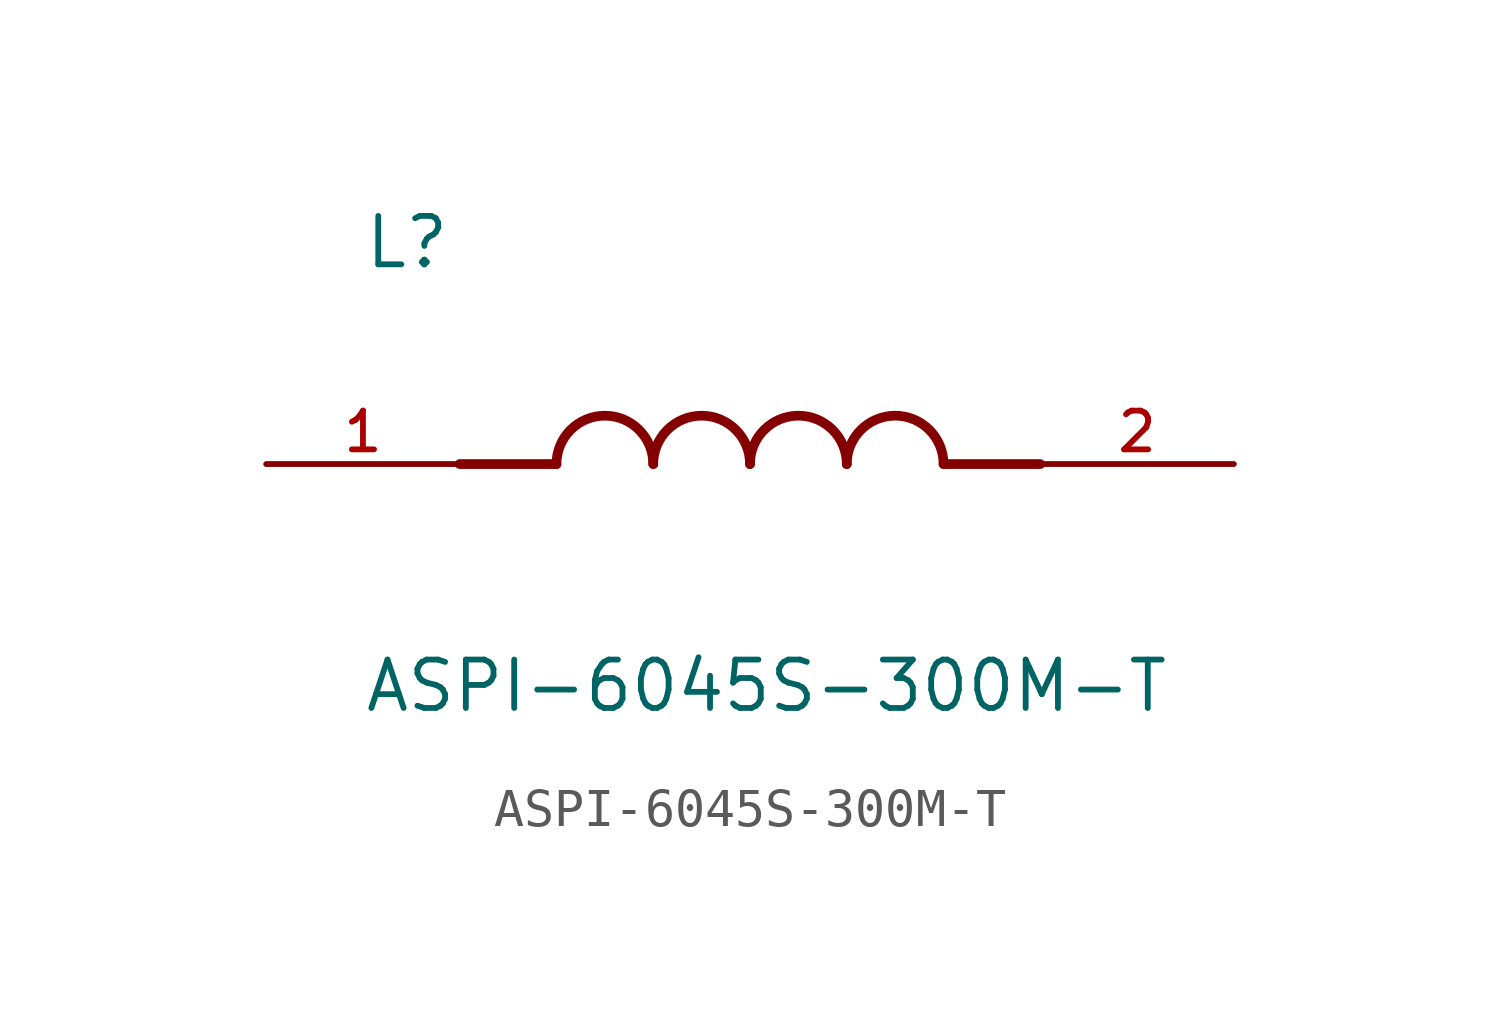
<source format=kicad_sym>
(kicad_symbol_lib
  (version 20211014)
  (generator kicad_symbol_editor)
  (symbol "ASPI-6045S-300M-T"
    (pin_names
      (offset 1.016))
    (property "Reference" "L"
      (at -10.16 5.08 0)
      (effects (font (size 1.27 1.27)) (justify bottom left)))
    (property "Value" "ASPI-6045S-300M-T"
      (at -10.16 -5.08 0)
      (effects (font (size 1.27 1.27)) (justify top left)))
    (symbol "ASPI-6045S-300M-T_0_0"
      (polyline (pts (xy -5.08 0.0) (xy -7.62 0.0)) (stroke (width 0.254)))
      (polyline (pts (xy 5.08 0.0) (xy 7.62 0.0)) (stroke (width 0.254)))
      (arc (start -2.54 0.0) (mid -3.81 1.27) (end -5.08 0.0) (stroke (width 0.254) (type default) (color 0 0 0 0)) (fill (type none)))
      (arc (start 0.0 0.0) (mid -1.27 1.27) (end -2.54 0.0) (stroke (width 0.254) (type default) (color 0 0 0 0)) (fill (type none)))
      (arc (start 2.54 0.0) (mid 1.27 1.27) (end 0.0 0.0) (stroke (width 0.254) (type default) (color 0 0 0 0)) (fill (type none)))
      (arc (start 5.08 0.0) (mid 3.81 1.27) (end 2.54 0.0) (stroke (width 0.254) (type default) (color 0 0 0 0)) (fill (type none)))
      (pin passive line (at -12.7 0.0 0) (length 5.08) (name "~" (effects (font (size 1.016 1.016)))) (number "1" (effects (font (size 1.016 1.016)))))
      (pin passive line (at 12.7 0.0 180.0) (length 5.08) (name "~" (effects (font (size 1.016 1.016)))) (number "2" (effects (font (size 1.016 1.016))))))))
</source>
